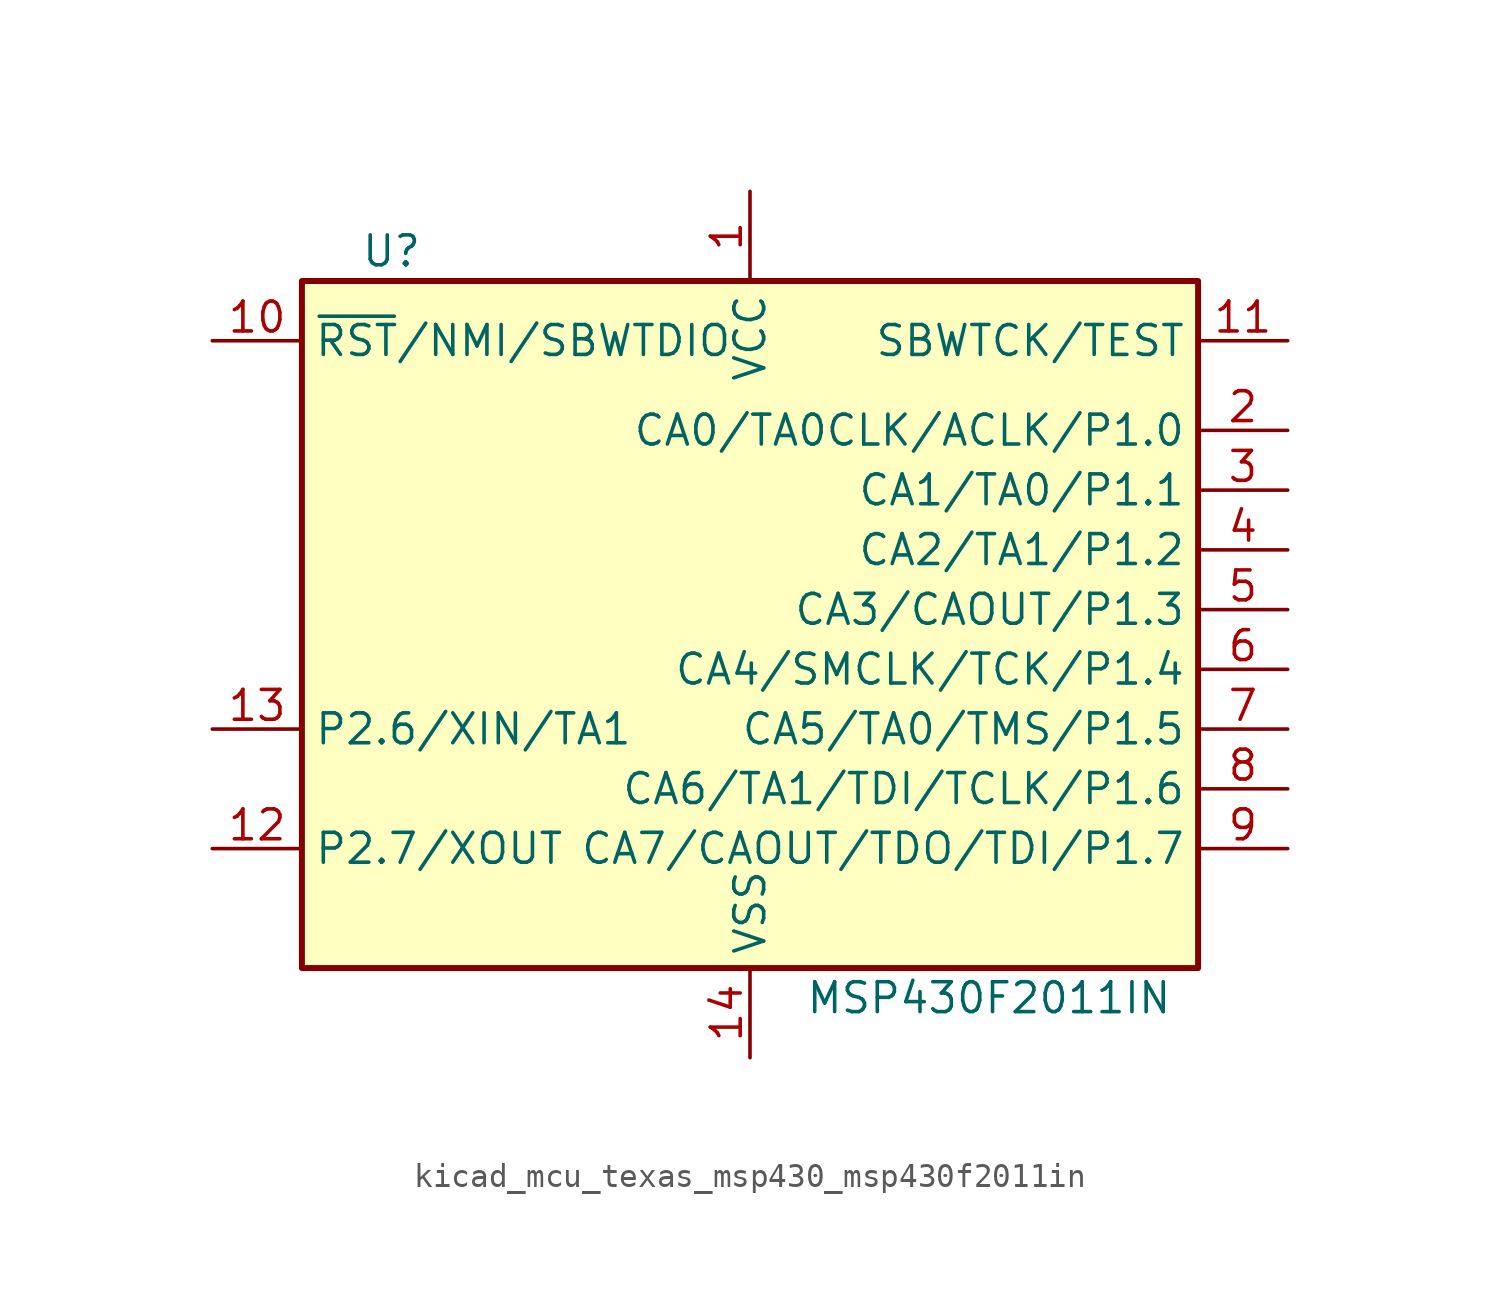
<source format=kicad_sym>
(kicad_symbol_lib
  (version 20220914)
  (generator kicad_symbol_editor)
  (symbol "kicad_mcu_texas_msp430_msp430f2011in"
    (property "Reference" "U"
      (at -15.24 15.24 0)
      (effects (font (size 1.27 1.27))))
    (property "Value" "MSP430F2011IN"
      (at 10.16 -16.51 0)
      (effects (font (size 1.27 1.27))))
    (symbol "kicad_mcu_texas_msp430_msp430f2011in_0_1"
      (rectangle (start -19.05 13.97) (end 19.05 -15.24) (stroke (width 0.254) (type default)) (fill (type background))))
    (symbol "kicad_mcu_texas_msp430_msp430f2011in_1_1"
      (pin power_in line (at 0 17.78 270) (length 3.81) (name "VCC" (effects (font (size 1.27 1.27)))) (number "1" (effects (font (size 1.27 1.27)))))
      (pin input line (at -22.86 11.43 0) (length 3.81) (name "~{RST}/NMI/SBWTDIO" (effects (font (size 1.27 1.27)))) (number "10" (effects (font (size 1.27 1.27)))))
      (pin input line (at 22.86 11.43 180) (length 3.81) (name "SBWTCK/TEST" (effects (font (size 1.27 1.27)))) (number "11" (effects (font (size 1.27 1.27)))))
      (pin bidirectional line (at -22.86 -10.16 0) (length 3.81) (name "P2.7/XOUT" (effects (font (size 1.27 1.27)))) (number "12" (effects (font (size 1.27 1.27)))))
      (pin bidirectional line (at -22.86 -5.08 0) (length 3.81) (name "P2.6/XIN/TA1" (effects (font (size 1.27 1.27)))) (number "13" (effects (font (size 1.27 1.27)))))
      (pin power_in line (at 0 -19.05 90) (length 3.81) (name "VSS" (effects (font (size 1.27 1.27)))) (number "14" (effects (font (size 1.27 1.27)))))
      (pin bidirectional line (at 22.86 7.62 180) (length 3.81) (name "CA0/TA0CLK/ACLK/P1.0" (effects (font (size 1.27 1.27)))) (number "2" (effects (font (size 1.27 1.27)))))
      (pin bidirectional line (at 22.86 5.08 180) (length 3.81) (name "CA1/TA0/P1.1" (effects (font (size 1.27 1.27)))) (number "3" (effects (font (size 1.27 1.27)))))
      (pin bidirectional line (at 22.86 2.54 180) (length 3.81) (name "CA2/TA1/P1.2" (effects (font (size 1.27 1.27)))) (number "4" (effects (font (size 1.27 1.27)))))
      (pin bidirectional line (at 22.86 0 180) (length 3.81) (name "CA3/CAOUT/P1.3" (effects (font (size 1.27 1.27)))) (number "5" (effects (font (size 1.27 1.27)))))
      (pin bidirectional line (at 22.86 -2.54 180) (length 3.81) (name "CA4/SMCLK/TCK/P1.4" (effects (font (size 1.27 1.27)))) (number "6" (effects (font (size 1.27 1.27)))))
      (pin bidirectional line (at 22.86 -5.08 180) (length 3.81) (name "CA5/TA0/TMS/P1.5" (effects (font (size 1.27 1.27)))) (number "7" (effects (font (size 1.27 1.27)))))
      (pin bidirectional line (at 22.86 -7.62 180) (length 3.81) (name "CA6/TA1/TDI/TCLK/P1.6" (effects (font (size 1.27 1.27)))) (number "8" (effects (font (size 1.27 1.27)))))
      (pin bidirectional line (at 22.86 -10.16 180) (length 3.81) (name "CA7/CAOUT/TDO/TDI/P1.7" (effects (font (size 1.27 1.27)))) (number "9" (effects (font (size 1.27 1.27))))))))
</source>
